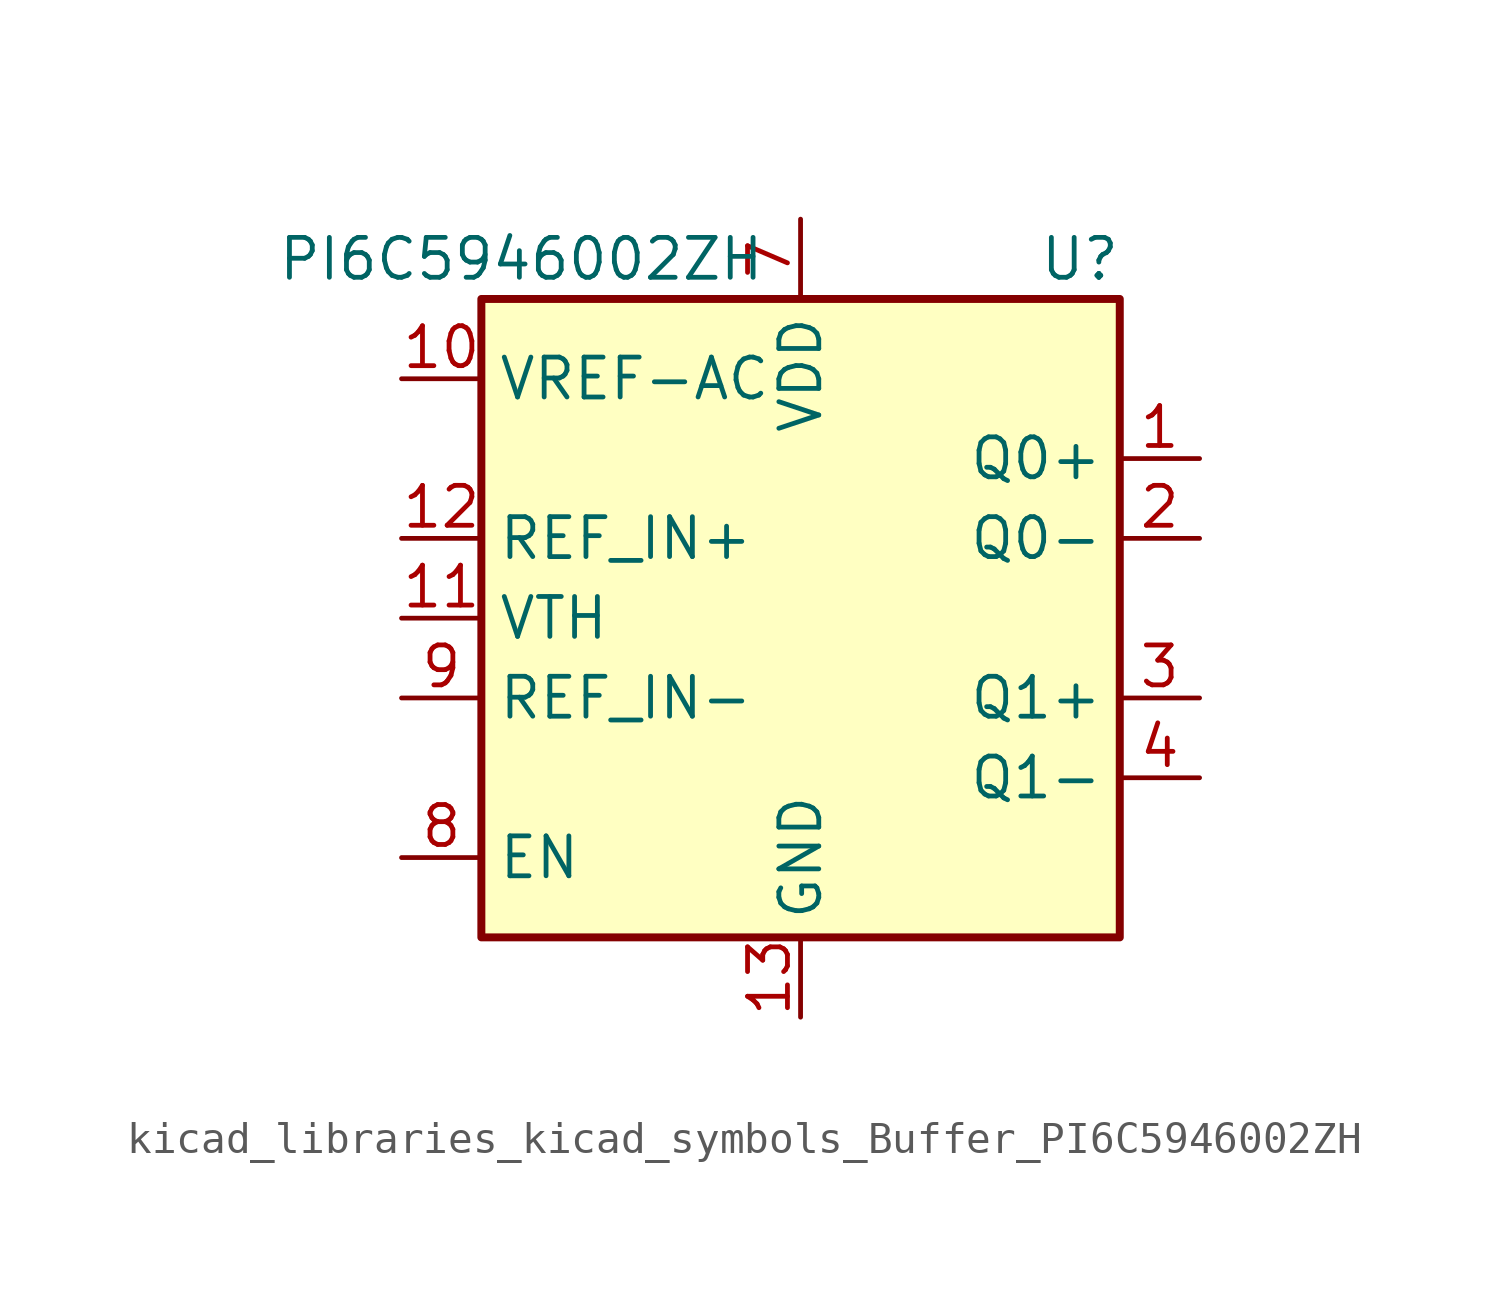
<source format=kicad_sym>
(kicad_symbol_lib
  (version 20220914)
  (generator kicad_symbol_editor)
  (symbol "kicad_libraries_kicad_symbols_Buffer_PI6C5946002ZH"
    (property "Reference" "U"
      (at 8.89 11.43 0)
      (effects (font (size 1.27 1.27))))
    (property "Value" "PI6C5946002ZH"
      (at -8.89 11.43 0)
      (effects (font (size 1.27 1.27))))
    (symbol "kicad_libraries_kicad_symbols_Buffer_PI6C5946002ZH_0_1"
      (rectangle (start -10.16 10.16) (end 10.16 -10.16) (stroke (width 0.254) (type default)) (fill (type background))))
    (symbol "kicad_libraries_kicad_symbols_Buffer_PI6C5946002ZH_1_1"
      (pin output line (at 12.7 5.08 180) (length 2.54) (name "Q0+" (effects (font (size 1.27 1.27)))) (number "1" (effects (font (size 1.27 1.27)))))
      (pin output line (at -12.7 7.62 0) (length 2.54) (name "VREF-AC" (effects (font (size 1.27 1.27)))) (number "10" (effects (font (size 1.27 1.27)))))
      (pin input line (at -12.7 0 0) (length 2.54) (name "VTH" (effects (font (size 1.27 1.27)))) (number "11" (effects (font (size 1.27 1.27)))))
      (pin input line (at -12.7 2.54 0) (length 2.54) (name "REF_IN+" (effects (font (size 1.27 1.27)))) (number "12" (effects (font (size 1.27 1.27)))))
      (pin power_in line (at 0 -12.7 90) (length 2.54) (name "GND" (effects (font (size 1.27 1.27)))) (number "13" (effects (font (size 1.27 1.27)))))
      (pin passive line (at 0 12.7 270) (length 2.54) hide (name "VDD" (effects (font (size 1.27 1.27)))) (number "14" (effects (font (size 1.27 1.27)))))
      (pin no_connect line (at 10.16 -7.62 180) (length 2.54) hide (name "DNC" (effects (font (size 1.27 1.27)))) (number "15" (effects (font (size 1.27 1.27)))))
      (pin no_connect line (at 10.16 7.62 180) (length 2.54) hide (name "DNC" (effects (font (size 1.27 1.27)))) (number "16" (effects (font (size 1.27 1.27)))))
      (pin passive line (at 0 -12.7 90) (length 2.54) hide (name "GND" (effects (font (size 1.27 1.27)))) (number "17" (effects (font (size 1.27 1.27)))))
      (pin output line (at 12.7 2.54 180) (length 2.54) (name "Q0-" (effects (font (size 1.27 1.27)))) (number "2" (effects (font (size 1.27 1.27)))))
      (pin output line (at 12.7 -2.54 180) (length 2.54) (name "Q1+" (effects (font (size 1.27 1.27)))) (number "3" (effects (font (size 1.27 1.27)))))
      (pin output line (at 12.7 -5.08 180) (length 2.54) (name "Q1-" (effects (font (size 1.27 1.27)))) (number "4" (effects (font (size 1.27 1.27)))))
      (pin no_connect line (at -10.16 5.08 0) (length 2.54) hide (name "DNC" (effects (font (size 1.27 1.27)))) (number "5" (effects (font (size 1.27 1.27)))))
      (pin no_connect line (at -10.16 -5.08 0) (length 2.54) hide (name "DNC" (effects (font (size 1.27 1.27)))) (number "6" (effects (font (size 1.27 1.27)))))
      (pin power_in line (at 0 12.7 270) (length 2.54) (name "VDD" (effects (font (size 1.27 1.27)))) (number "7" (effects (font (size 1.27 1.27)))))
      (pin input line (at -12.7 -7.62 0) (length 2.54) (name "EN" (effects (font (size 1.27 1.27)))) (number "8" (effects (font (size 1.27 1.27)))))
      (pin input line (at -12.7 -2.54 0) (length 2.54) (name "REF_IN-" (effects (font (size 1.27 1.27)))) (number "9" (effects (font (size 1.27 1.27))))))))
</source>
